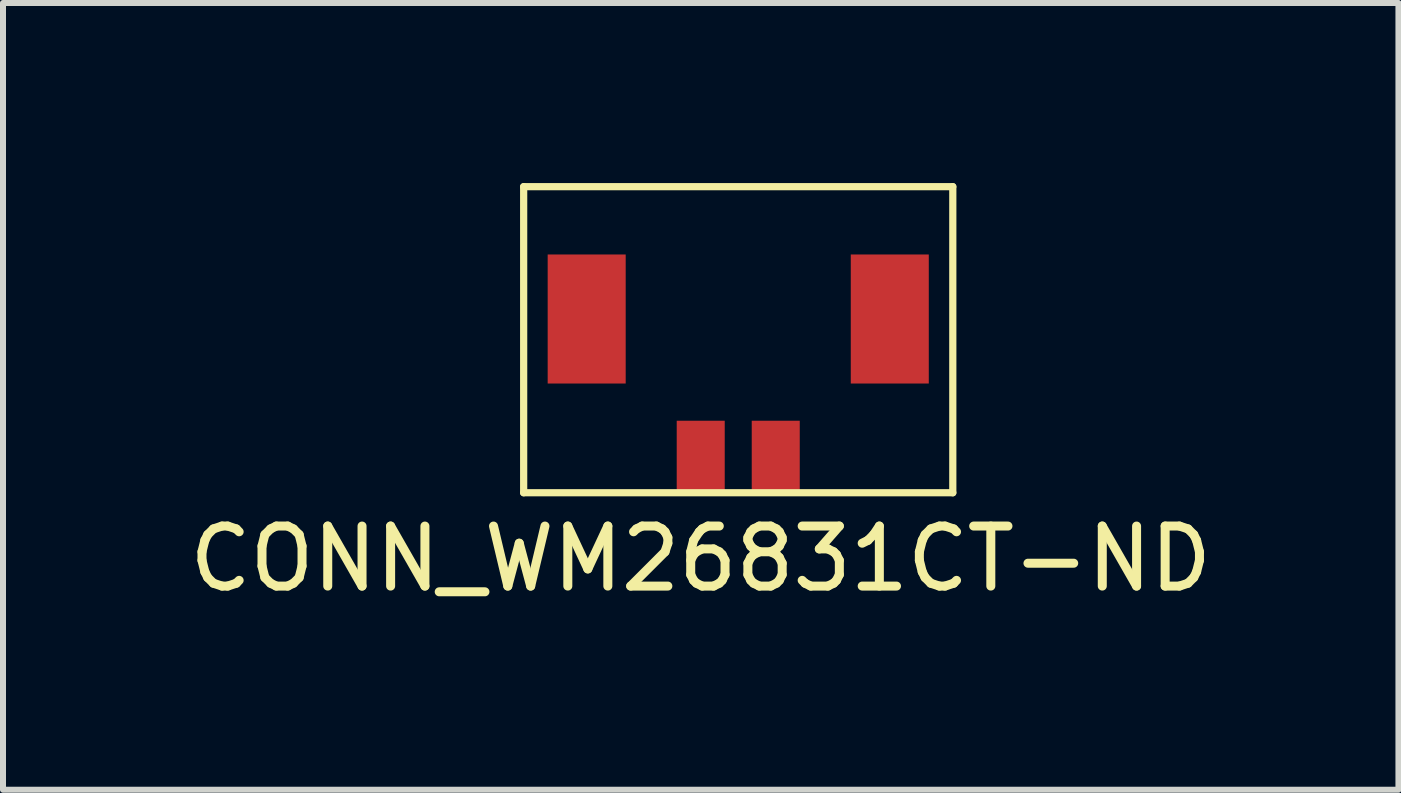
<source format=kicad_pcb>
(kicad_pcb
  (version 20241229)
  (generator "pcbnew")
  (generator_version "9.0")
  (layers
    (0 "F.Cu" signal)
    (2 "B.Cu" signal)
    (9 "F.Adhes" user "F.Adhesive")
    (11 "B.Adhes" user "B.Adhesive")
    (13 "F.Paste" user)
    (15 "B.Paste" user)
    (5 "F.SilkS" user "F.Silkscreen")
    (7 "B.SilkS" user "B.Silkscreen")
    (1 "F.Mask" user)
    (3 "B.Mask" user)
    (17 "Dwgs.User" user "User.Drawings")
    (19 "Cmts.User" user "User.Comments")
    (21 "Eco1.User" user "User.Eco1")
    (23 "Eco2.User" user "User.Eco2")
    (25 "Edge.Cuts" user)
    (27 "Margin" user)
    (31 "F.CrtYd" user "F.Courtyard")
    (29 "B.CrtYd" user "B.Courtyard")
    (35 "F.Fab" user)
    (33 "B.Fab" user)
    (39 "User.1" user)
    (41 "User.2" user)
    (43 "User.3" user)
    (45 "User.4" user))
  (footprint "CONN_WM26831CT-ND​"
    (layer "F.Cu")
    (at 8.625 5.16)
    (property "Reference" "CONN_WM26831CT-ND​" (at 0 1.1 0) (layer "F.SilkS") (effects (font (size 1 1) (thickness 0.15))))
    (attr through_hole)
    (fp_line (start -2.95 -5.1) (end -2.95 0) (stroke (width 0.12) (type solid)) (layer "F.SilkS"))
    (fp_line (start -2.95 0) (end 4.2 0) (stroke (width 0.12) (type solid)) (layer "F.SilkS"))
    (fp_line (start 4.2 -5.1) (end -2.95 -5.1) (stroke (width 0.12) (type solid)) (layer "F.SilkS"))
    (fp_line (start 4.2 0) (end 4.2 -5.1) (stroke (width 0.12) (type solid)) (layer "F.SilkS"))
    (pad "1" smd rect (at 0 -0.6) (size 0.8 1.2) (layers "F.Cu" "F.Mask" "F.Paste"))
    (pad "2" smd rect (at 1.25 -0.6) (size 0.8 1.2) (layers "F.Cu" "F.Mask" "F.Paste"))
    (pad "3" smd rect (at -1.9 -2.895) (size 1.3 2.15) (layers "F.Cu" "F.Mask" "F.Paste"))
    (pad "4" smd rect (at 3.15 -2.895) (size 1.3 2.15) (layers "F.Cu" "F.Mask" "F.Paste")))
  (gr_rect
    (start -3 -3)
    (end 20.25 10.108)
    (stroke (width 0.1) (type default))
    (fill no)
    (layer "Edge.Cuts")))
</source>
